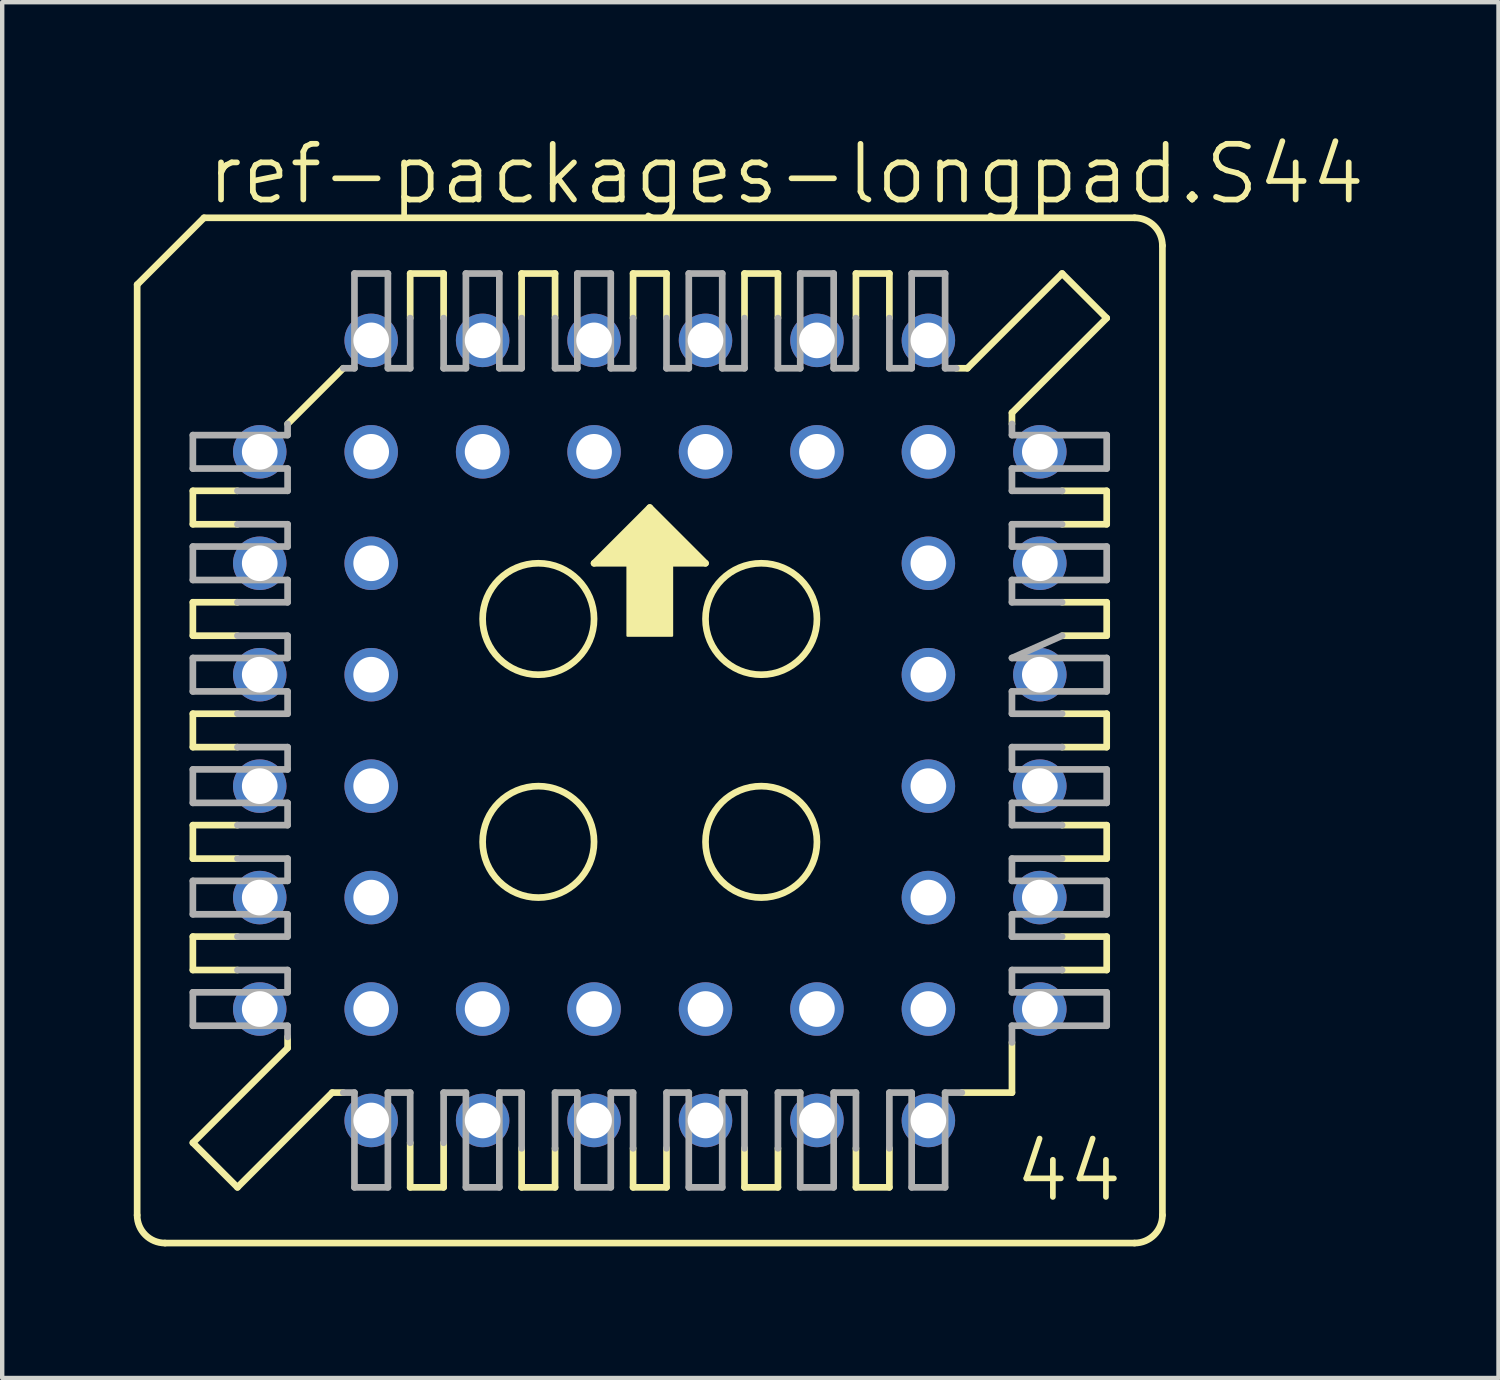
<source format=kicad_pcb>
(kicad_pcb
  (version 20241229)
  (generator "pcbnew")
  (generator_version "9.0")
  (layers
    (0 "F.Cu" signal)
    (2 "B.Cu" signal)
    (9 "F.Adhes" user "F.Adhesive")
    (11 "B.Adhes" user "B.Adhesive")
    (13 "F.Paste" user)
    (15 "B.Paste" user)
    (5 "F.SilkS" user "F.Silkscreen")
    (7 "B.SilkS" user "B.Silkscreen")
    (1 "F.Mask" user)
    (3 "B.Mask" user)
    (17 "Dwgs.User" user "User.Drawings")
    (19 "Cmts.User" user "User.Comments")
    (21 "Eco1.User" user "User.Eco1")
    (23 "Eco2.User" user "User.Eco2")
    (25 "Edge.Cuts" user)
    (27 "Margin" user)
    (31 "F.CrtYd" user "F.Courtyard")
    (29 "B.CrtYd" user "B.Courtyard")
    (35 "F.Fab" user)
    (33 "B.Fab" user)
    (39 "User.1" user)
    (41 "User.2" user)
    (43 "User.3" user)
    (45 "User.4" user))
  (footprint "ref-packages-longpad.S44"
    (layer "F.Cu")
    (at 11.76 13.598)
    (property "Reference" "ref-packages-longpad.S44" (at -10.16 -11.938 0) (layer "F.SilkS") (effects (font (size 1.27 1.27) (thickness 0.13)) (justify left bottom)))
    (attr through_hole)
    (fp_line (start -11.684 -10.16) (end -11.684 11.049) (stroke (width 0.152) (type default)) (layer "F.SilkS"))
    (fp_line (start -10.414 -5.461) (end -10.414 -4.699) (stroke (width 0.152) (type default)) (layer "F.SilkS"))
    (fp_line (start -10.414 -5.461) (end -9.398 -5.461) (stroke (width 0.152) (type default)) (layer "F.SilkS"))
    (fp_line (start -10.414 -2.921) (end -10.414 -2.159) (stroke (width 0.152) (type default)) (layer "F.SilkS"))
    (fp_line (start -10.414 -2.921) (end -9.398 -2.921) (stroke (width 0.152) (type default)) (layer "F.SilkS"))
    (fp_line (start -10.414 0.381) (end -10.414 -0.381) (stroke (width 0.152) (type default)) (layer "F.SilkS"))
    (fp_line (start -10.414 0.381) (end -9.398 0.381) (stroke (width 0.152) (type default)) (layer "F.SilkS"))
    (fp_line (start -10.414 2.921) (end -10.414 2.159) (stroke (width 0.152) (type default)) (layer "F.SilkS"))
    (fp_line (start -10.414 2.921) (end -9.398 2.921) (stroke (width 0.152) (type default)) (layer "F.SilkS"))
    (fp_line (start -10.414 5.461) (end -10.414 4.699) (stroke (width 0.152) (type default)) (layer "F.SilkS"))
    (fp_line (start -10.414 5.461) (end -9.398 5.461) (stroke (width 0.152) (type default)) (layer "F.SilkS"))
    (fp_line (start -10.414 9.398) (end -8.255 7.239) (stroke (width 0.152) (type default)) (layer "F.SilkS"))
    (fp_line (start -10.16 -11.684) (end -11.684 -10.16) (stroke (width 0.152) (type default)) (layer "F.SilkS"))
    (fp_line (start -9.398 -4.699) (end -10.414 -4.699) (stroke (width 0.152) (type default)) (layer "F.SilkS"))
    (fp_line (start -9.398 -2.159) (end -10.414 -2.159) (stroke (width 0.152) (type default)) (layer "F.SilkS"))
    (fp_line (start -9.398 -0.381) (end -10.414 -0.381) (stroke (width 0.152) (type default)) (layer "F.SilkS"))
    (fp_line (start -9.398 2.159) (end -10.414 2.159) (stroke (width 0.152) (type default)) (layer "F.SilkS"))
    (fp_line (start -9.398 4.699) (end -10.414 4.699) (stroke (width 0.152) (type default)) (layer "F.SilkS"))
    (fp_line (start -9.398 10.414) (end -10.414 9.398) (stroke (width 0.152) (type default)) (layer "F.SilkS"))
    (fp_line (start -9.398 10.414) (end -7.239 8.255) (stroke (width 0.152) (type default)) (layer "F.SilkS"))
    (fp_line (start -8.255 -6.985) (end -6.985 -8.255) (stroke (width 0.152) (type default)) (layer "F.SilkS"))
    (fp_line (start -8.255 7.239) (end -8.255 6.985) (stroke (width 0.152) (type default)) (layer "F.SilkS"))
    (fp_line (start -7.239 8.255) (end -6.985 8.255) (stroke (width 0.152) (type default)) (layer "F.SilkS"))
    (fp_line (start -5.461 -9.398) (end -5.461 -10.414) (stroke (width 0.152) (type default)) (layer "F.SilkS"))
    (fp_line (start -5.461 9.398) (end -5.461 10.414) (stroke (width 0.152) (type default)) (layer "F.SilkS"))
    (fp_line (start -5.461 10.414) (end -4.699 10.414) (stroke (width 0.152) (type default)) (layer "F.SilkS"))
    (fp_line (start -4.699 -10.414) (end -5.461 -10.414) (stroke (width 0.152) (type default)) (layer "F.SilkS"))
    (fp_line (start -4.699 -10.414) (end -4.699 -9.398) (stroke (width 0.152) (type default)) (layer "F.SilkS"))
    (fp_line (start -4.699 10.414) (end -4.699 9.398) (stroke (width 0.152) (type default)) (layer "F.SilkS"))
    (fp_line (start -2.921 -9.398) (end -2.921 -10.414) (stroke (width 0.152) (type default)) (layer "F.SilkS"))
    (fp_line (start -2.921 9.525) (end -2.921 10.414) (stroke (width 0.152) (type default)) (layer "F.SilkS"))
    (fp_line (start -2.921 10.414) (end -2.159 10.414) (stroke (width 0.152) (type default)) (layer "F.SilkS"))
    (fp_line (start -2.159 -10.414) (end -2.921 -10.414) (stroke (width 0.152) (type default)) (layer "F.SilkS"))
    (fp_line (start -2.159 -10.414) (end -2.159 -9.398) (stroke (width 0.152) (type default)) (layer "F.SilkS"))
    (fp_line (start -2.159 10.414) (end -2.159 9.525) (stroke (width 0.152) (type default)) (layer "F.SilkS"))
    (fp_line (start -1.27 -3.81) (end 1.27 -3.81) (stroke (width 0.152) (type default)) (layer "F.SilkS"))
    (fp_line (start -0.381 -9.398) (end -0.381 -10.414) (stroke (width 0.152) (type default)) (layer "F.SilkS"))
    (fp_line (start -0.381 9.525) (end -0.381 10.414) (stroke (width 0.152) (type default)) (layer "F.SilkS"))
    (fp_line (start -0.381 10.414) (end 0.381 10.414) (stroke (width 0.152) (type default)) (layer "F.SilkS"))
    (fp_line (start 0 -5.08) (end -1.27 -3.81) (stroke (width 0.152) (type default)) (layer "F.SilkS"))
    (fp_line (start 0.381 -10.414) (end -0.381 -10.414) (stroke (width 0.152) (type default)) (layer "F.SilkS"))
    (fp_line (start 0.381 -10.414) (end 0.381 -9.398) (stroke (width 0.152) (type default)) (layer "F.SilkS"))
    (fp_line (start 0.381 10.414) (end 0.381 9.525) (stroke (width 0.152) (type default)) (layer "F.SilkS"))
    (fp_line (start 1.27 -3.81) (end 0 -5.08) (stroke (width 0.152) (type default)) (layer "F.SilkS"))
    (fp_line (start 2.159 -9.398) (end 2.159 -10.414) (stroke (width 0.152) (type default)) (layer "F.SilkS"))
    (fp_line (start 2.159 9.525) (end 2.159 10.414) (stroke (width 0.152) (type default)) (layer "F.SilkS"))
    (fp_line (start 2.159 10.414) (end 2.921 10.414) (stroke (width 0.152) (type default)) (layer "F.SilkS"))
    (fp_line (start 2.921 -10.414) (end 2.159 -10.414) (stroke (width 0.152) (type default)) (layer "F.SilkS"))
    (fp_line (start 2.921 -10.414) (end 2.921 -9.398) (stroke (width 0.152) (type default)) (layer "F.SilkS"))
    (fp_line (start 2.921 10.414) (end 2.921 9.525) (stroke (width 0.152) (type default)) (layer "F.SilkS"))
    (fp_line (start 4.699 -9.398) (end 4.699 -10.414) (stroke (width 0.152) (type default)) (layer "F.SilkS"))
    (fp_line (start 4.699 9.525) (end 4.699 10.414) (stroke (width 0.152) (type default)) (layer "F.SilkS"))
    (fp_line (start 4.699 10.414) (end 5.461 10.414) (stroke (width 0.152) (type default)) (layer "F.SilkS"))
    (fp_line (start 5.461 -10.414) (end 4.699 -10.414) (stroke (width 0.152) (type default)) (layer "F.SilkS"))
    (fp_line (start 5.461 -10.414) (end 5.461 -9.398) (stroke (width 0.152) (type default)) (layer "F.SilkS"))
    (fp_line (start 5.461 10.414) (end 5.461 9.525) (stroke (width 0.152) (type default)) (layer "F.SilkS"))
    (fp_line (start 7.112 8.255) (end 8.255 8.255) (stroke (width 0.152) (type default)) (layer "F.SilkS"))
    (fp_line (start 7.239 -8.255) (end 6.985 -8.255) (stroke (width 0.152) (type default)) (layer "F.SilkS"))
    (fp_line (start 8.255 -7.239) (end 8.255 -6.985) (stroke (width 0.152) (type default)) (layer "F.SilkS"))
    (fp_line (start 8.255 8.255) (end 8.255 7.112) (stroke (width 0.152) (type default)) (layer "F.SilkS"))
    (fp_line (start 9.398 -10.414) (end 7.239 -8.255) (stroke (width 0.152) (type default)) (layer "F.SilkS"))
    (fp_line (start 9.398 -4.699) (end 10.414 -4.699) (stroke (width 0.152) (type default)) (layer "F.SilkS"))
    (fp_line (start 9.398 -2.159) (end 10.414 -2.159) (stroke (width 0.152) (type default)) (layer "F.SilkS"))
    (fp_line (start 9.398 0.381) (end 10.414 0.381) (stroke (width 0.152) (type default)) (layer "F.SilkS"))
    (fp_line (start 9.398 2.159) (end 10.414 2.159) (stroke (width 0.152) (type default)) (layer "F.SilkS"))
    (fp_line (start 9.398 4.699) (end 10.414 4.699) (stroke (width 0.152) (type default)) (layer "F.SilkS"))
    (fp_line (start 10.414 -9.398) (end 8.255 -7.239) (stroke (width 0.152) (type default)) (layer "F.SilkS"))
    (fp_line (start 10.414 -9.398) (end 9.398 -10.414) (stroke (width 0.152) (type default)) (layer "F.SilkS"))
    (fp_line (start 10.414 -5.461) (end 9.398 -5.461) (stroke (width 0.152) (type default)) (layer "F.SilkS"))
    (fp_line (start 10.414 -5.461) (end 10.414 -4.699) (stroke (width 0.152) (type default)) (layer "F.SilkS"))
    (fp_line (start 10.414 -2.921) (end 9.398 -2.921) (stroke (width 0.152) (type default)) (layer "F.SilkS"))
    (fp_line (start 10.414 -2.921) (end 10.414 -2.159) (stroke (width 0.152) (type default)) (layer "F.SilkS"))
    (fp_line (start 10.414 -0.381) (end 9.398 -0.381) (stroke (width 0.152) (type default)) (layer "F.SilkS"))
    (fp_line (start 10.414 -0.381) (end 10.414 0.381) (stroke (width 0.152) (type default)) (layer "F.SilkS"))
    (fp_line (start 10.414 2.921) (end 9.398 2.921) (stroke (width 0.152) (type default)) (layer "F.SilkS"))
    (fp_line (start 10.414 2.921) (end 10.414 2.159) (stroke (width 0.152) (type default)) (layer "F.SilkS"))
    (fp_line (start 10.414 5.461) (end 9.398 5.461) (stroke (width 0.152) (type default)) (layer "F.SilkS"))
    (fp_line (start 10.414 5.461) (end 10.414 4.699) (stroke (width 0.152) (type default)) (layer "F.SilkS"))
    (fp_line (start 11.049 -11.684) (end -10.16 -11.684) (stroke (width 0.152) (type default)) (layer "F.SilkS"))
    (fp_line (start 11.049 11.684) (end -11.049 11.684) (stroke (width 0.152) (type default)) (layer "F.SilkS"))
    (fp_line (start 11.684 -11.049) (end 11.684 11.049) (stroke (width 0.152) (type default)) (layer "F.SilkS"))
    (fp_rect (start -1.143 -3.81) (end -0.889 -3.937) (stroke (width 0.05) (type default)) (fill yes) (layer "F.SilkS"))
    (fp_rect (start -1.016 -3.937) (end -0.889 -4.064) (stroke (width 0.05) (type default)) (fill yes) (layer "F.SilkS"))
    (fp_rect (start -0.889 -3.81) (end 0.889 -4.191) (stroke (width 0.05) (type default)) (fill yes) (layer "F.SilkS"))
    (fp_rect (start -0.762 -4.191) (end -0.635 -4.318) (stroke (width 0.05) (type default)) (fill yes) (layer "F.SilkS"))
    (fp_rect (start -0.635 -4.191) (end 0.635 -4.445) (stroke (width 0.05) (type default)) (fill yes) (layer "F.SilkS"))
    (fp_rect (start -0.508 -4.445) (end -0.381 -4.572) (stroke (width 0.05) (type default)) (fill yes) (layer "F.SilkS"))
    (fp_rect (start -0.508 -2.159) (end 0.508 -4.064) (stroke (width 0.05) (type default)) (fill yes) (layer "F.SilkS"))
    (fp_rect (start -0.381 -4.445) (end 0.381 -4.699) (stroke (width 0.05) (type default)) (fill yes) (layer "F.SilkS"))
    (fp_rect (start -0.254 -4.699) (end -0.127 -4.826) (stroke (width 0.05) (type default)) (fill yes) (layer "F.SilkS"))
    (fp_rect (start -0.127 -4.699) (end 0.127 -4.953) (stroke (width 0.05) (type default)) (fill yes) (layer "F.SilkS"))
    (fp_rect (start 0.127 -4.699) (end 0.254 -4.826) (stroke (width 0.05) (type default)) (fill yes) (layer "F.SilkS"))
    (fp_rect (start 0.381 -4.445) (end 0.508 -4.572) (stroke (width 0.05) (type default)) (fill yes) (layer "F.SilkS"))
    (fp_rect (start 0.635 -4.191) (end 0.762 -4.318) (stroke (width 0.05) (type default)) (fill yes) (layer "F.SilkS"))
    (fp_rect (start 0.889 -3.937) (end 1.016 -4.064) (stroke (width 0.05) (type default)) (fill yes) (layer "F.SilkS"))
    (fp_rect (start 0.889 -3.81) (end 1.143 -3.937) (stroke (width 0.05) (type default)) (fill yes) (layer "F.SilkS"))
    (fp_arc (start -11.049 11.684) (mid -11.498013 11.498013) (end -11.684 11.049) (stroke (width 0.1524) (type default)) (layer "F.SilkS"))
    (fp_arc (start 11.049 -11.684) (mid 11.498013 -11.498013) (end 11.684 -11.049) (stroke (width 0.1524) (type default)) (layer "F.SilkS"))
    (fp_arc (start 11.684 11.049) (mid 11.498013 11.498013) (end 11.049 11.684) (stroke (width 0.1524) (type default)) (layer "F.SilkS"))
    (fp_circle (center -2.54 -2.54) (end -1.27 -2.54) (stroke (width 0.152) (type default)) (fill no) (layer "F.SilkS"))
    (fp_circle (center -2.54 2.54) (end -1.27 2.54) (stroke (width 0.152) (type default)) (fill no) (layer "F.SilkS"))
    (fp_circle (center 2.54 -2.54) (end 3.81 -2.54) (stroke (width 0.152) (type default)) (fill no) (layer "F.SilkS"))
    (fp_circle (center 2.54 2.54) (end 3.81 2.54) (stroke (width 0.152) (type default)) (fill no) (layer "F.SilkS"))
    (fp_line (start -10.414 -6.731) (end -10.414 -5.969) (stroke (width 0.152) (type default)) (layer "F.Fab"))
    (fp_line (start -10.414 -6.731) (end -8.255 -6.731) (stroke (width 0.152) (type default)) (layer "F.Fab"))
    (fp_line (start -10.414 -4.191) (end -10.414 -3.429) (stroke (width 0.152) (type default)) (layer "F.Fab"))
    (fp_line (start -10.414 -4.191) (end -8.255 -4.191) (stroke (width 0.152) (type default)) (layer "F.Fab"))
    (fp_line (start -10.414 -0.889) (end -10.414 -1.651) (stroke (width 0.152) (type default)) (layer "F.Fab"))
    (fp_line (start -10.414 -0.889) (end -8.255 -0.889) (stroke (width 0.152) (type default)) (layer "F.Fab"))
    (fp_line (start -10.414 1.651) (end -10.414 0.889) (stroke (width 0.152) (type default)) (layer "F.Fab"))
    (fp_line (start -10.414 1.651) (end -8.255 1.651) (stroke (width 0.152) (type default)) (layer "F.Fab"))
    (fp_line (start -10.414 4.191) (end -10.414 3.429) (stroke (width 0.152) (type default)) (layer "F.Fab"))
    (fp_line (start -10.414 4.191) (end -8.255 4.191) (stroke (width 0.152) (type default)) (layer "F.Fab"))
    (fp_line (start -10.414 6.731) (end -10.414 5.969) (stroke (width 0.152) (type default)) (layer "F.Fab"))
    (fp_line (start -10.414 6.731) (end -8.255 6.731) (stroke (width 0.152) (type default)) (layer "F.Fab"))
    (fp_line (start -9.398 -4.699) (end -8.255 -4.699) (stroke (width 0.152) (type default)) (layer "F.Fab"))
    (fp_line (start -9.398 -2.159) (end -8.255 -2.159) (stroke (width 0.152) (type default)) (layer "F.Fab"))
    (fp_line (start -9.398 -0.381) (end -8.255 -0.381) (stroke (width 0.152) (type default)) (layer "F.Fab"))
    (fp_line (start -9.398 2.159) (end -8.255 2.159) (stroke (width 0.152) (type default)) (layer "F.Fab"))
    (fp_line (start -9.398 4.699) (end -8.255 4.699) (stroke (width 0.152) (type default)) (layer "F.Fab"))
    (fp_line (start -8.255 -6.731) (end -8.255 -6.985) (stroke (width 0.152) (type default)) (layer "F.Fab"))
    (fp_line (start -8.255 -5.969) (end -10.414 -5.969) (stroke (width 0.152) (type default)) (layer "F.Fab"))
    (fp_line (start -8.255 -5.969) (end -8.255 -5.461) (stroke (width 0.152) (type default)) (layer "F.Fab"))
    (fp_line (start -8.255 -5.461) (end -9.398 -5.461) (stroke (width 0.152) (type default)) (layer "F.Fab"))
    (fp_line (start -8.255 -4.699) (end -8.255 -4.191) (stroke (width 0.152) (type default)) (layer "F.Fab"))
    (fp_line (start -8.255 -3.429) (end -10.414 -3.429) (stroke (width 0.152) (type default)) (layer "F.Fab"))
    (fp_line (start -8.255 -3.429) (end -8.255 -2.921) (stroke (width 0.152) (type default)) (layer "F.Fab"))
    (fp_line (start -8.255 -2.921) (end -9.398 -2.921) (stroke (width 0.152) (type default)) (layer "F.Fab"))
    (fp_line (start -8.255 -2.159) (end -8.255 -1.651) (stroke (width 0.152) (type default)) (layer "F.Fab"))
    (fp_line (start -8.255 -1.651) (end -10.414 -1.651) (stroke (width 0.152) (type default)) (layer "F.Fab"))
    (fp_line (start -8.255 -0.381) (end -8.255 -0.889) (stroke (width 0.152) (type default)) (layer "F.Fab"))
    (fp_line (start -8.255 0.381) (end -9.398 0.381) (stroke (width 0.152) (type default)) (layer "F.Fab"))
    (fp_line (start -8.255 0.889) (end -10.414 0.889) (stroke (width 0.152) (type default)) (layer "F.Fab"))
    (fp_line (start -8.255 0.889) (end -8.255 0.381) (stroke (width 0.152) (type default)) (layer "F.Fab"))
    (fp_line (start -8.255 2.159) (end -8.255 1.651) (stroke (width 0.152) (type default)) (layer "F.Fab"))
    (fp_line (start -8.255 2.921) (end -9.398 2.921) (stroke (width 0.152) (type default)) (layer "F.Fab"))
    (fp_line (start -8.255 3.429) (end -10.414 3.429) (stroke (width 0.152) (type default)) (layer "F.Fab"))
    (fp_line (start -8.255 3.429) (end -8.255 2.921) (stroke (width 0.152) (type default)) (layer "F.Fab"))
    (fp_line (start -8.255 4.699) (end -8.255 4.191) (stroke (width 0.152) (type default)) (layer "F.Fab"))
    (fp_line (start -8.255 5.461) (end -9.398 5.461) (stroke (width 0.152) (type default)) (layer "F.Fab"))
    (fp_line (start -8.255 5.969) (end -10.414 5.969) (stroke (width 0.152) (type default)) (layer "F.Fab"))
    (fp_line (start -8.255 5.969) (end -8.255 5.461) (stroke (width 0.152) (type default)) (layer "F.Fab"))
    (fp_line (start -8.255 6.985) (end -8.255 6.731) (stroke (width 0.152) (type default)) (layer "F.Fab"))
    (fp_line (start -6.985 -8.255) (end -6.731 -8.255) (stroke (width 0.152) (type default)) (layer "F.Fab"))
    (fp_line (start -6.731 -8.255) (end -6.731 -10.414) (stroke (width 0.152) (type default)) (layer "F.Fab"))
    (fp_line (start -6.731 8.255) (end -6.985 8.255) (stroke (width 0.152) (type default)) (layer "F.Fab"))
    (fp_line (start -6.731 10.414) (end -6.731 8.255) (stroke (width 0.152) (type default)) (layer "F.Fab"))
    (fp_line (start -6.731 10.414) (end -5.969 10.414) (stroke (width 0.152) (type default)) (layer "F.Fab"))
    (fp_line (start -5.969 -10.414) (end -6.731 -10.414) (stroke (width 0.152) (type default)) (layer "F.Fab"))
    (fp_line (start -5.969 -10.414) (end -5.969 -8.255) (stroke (width 0.152) (type default)) (layer "F.Fab"))
    (fp_line (start -5.969 8.255) (end -5.969 10.414) (stroke (width 0.152) (type default)) (layer "F.Fab"))
    (fp_line (start -5.461 -9.398) (end -5.461 -8.255) (stroke (width 0.152) (type default)) (layer "F.Fab"))
    (fp_line (start -5.461 -8.255) (end -5.969 -8.255) (stroke (width 0.152) (type default)) (layer "F.Fab"))
    (fp_line (start -5.461 8.255) (end -5.969 8.255) (stroke (width 0.152) (type default)) (layer "F.Fab"))
    (fp_line (start -5.461 9.398) (end -5.461 8.255) (stroke (width 0.152) (type default)) (layer "F.Fab"))
    (fp_line (start -4.699 -8.255) (end -4.699 -9.398) (stroke (width 0.152) (type default)) (layer "F.Fab"))
    (fp_line (start -4.699 8.255) (end -4.699 9.398) (stroke (width 0.152) (type default)) (layer "F.Fab"))
    (fp_line (start -4.699 8.255) (end -4.191 8.255) (stroke (width 0.152) (type default)) (layer "F.Fab"))
    (fp_line (start -4.191 -8.255) (end -4.699 -8.255) (stroke (width 0.152) (type default)) (layer "F.Fab"))
    (fp_line (start -4.191 -8.255) (end -4.191 -10.414) (stroke (width 0.152) (type default)) (layer "F.Fab"))
    (fp_line (start -4.191 10.414) (end -4.191 8.255) (stroke (width 0.152) (type default)) (layer "F.Fab"))
    (fp_line (start -4.191 10.414) (end -3.429 10.414) (stroke (width 0.152) (type default)) (layer "F.Fab"))
    (fp_line (start -3.429 -10.414) (end -4.191 -10.414) (stroke (width 0.152) (type default)) (layer "F.Fab"))
    (fp_line (start -3.429 -10.414) (end -3.429 -8.255) (stroke (width 0.152) (type default)) (layer "F.Fab"))
    (fp_line (start -3.429 8.255) (end -3.429 10.414) (stroke (width 0.152) (type default)) (layer "F.Fab"))
    (fp_line (start -3.429 8.255) (end -2.921 8.255) (stroke (width 0.152) (type default)) (layer "F.Fab"))
    (fp_line (start -2.921 -9.398) (end -2.921 -8.255) (stroke (width 0.152) (type default)) (layer "F.Fab"))
    (fp_line (start -2.921 -8.255) (end -3.429 -8.255) (stroke (width 0.152) (type default)) (layer "F.Fab"))
    (fp_line (start -2.921 9.525) (end -2.921 8.255) (stroke (width 0.152) (type default)) (layer "F.Fab"))
    (fp_line (start -2.159 -8.255) (end -2.159 -9.398) (stroke (width 0.152) (type default)) (layer "F.Fab"))
    (fp_line (start -2.159 8.255) (end -2.159 9.525) (stroke (width 0.152) (type default)) (layer "F.Fab"))
    (fp_line (start -2.159 8.255) (end -1.651 8.255) (stroke (width 0.152) (type default)) (layer "F.Fab"))
    (fp_line (start -1.651 -8.255) (end -2.159 -8.255) (stroke (width 0.152) (type default)) (layer "F.Fab"))
    (fp_line (start -1.651 -8.255) (end -1.651 -10.414) (stroke (width 0.152) (type default)) (layer "F.Fab"))
    (fp_line (start -1.651 10.414) (end -1.651 8.255) (stroke (width 0.152) (type default)) (layer "F.Fab"))
    (fp_line (start -1.651 10.414) (end -0.889 10.414) (stroke (width 0.152) (type default)) (layer "F.Fab"))
    (fp_line (start -0.889 -10.414) (end -1.651 -10.414) (stroke (width 0.152) (type default)) (layer "F.Fab"))
    (fp_line (start -0.889 -10.414) (end -0.889 -8.255) (stroke (width 0.152) (type default)) (layer "F.Fab"))
    (fp_line (start -0.889 8.255) (end -0.889 10.414) (stroke (width 0.152) (type default)) (layer "F.Fab"))
    (fp_line (start -0.889 8.255) (end -0.381 8.255) (stroke (width 0.152) (type default)) (layer "F.Fab"))
    (fp_line (start -0.381 -9.398) (end -0.381 -8.255) (stroke (width 0.152) (type default)) (layer "F.Fab"))
    (fp_line (start -0.381 -8.255) (end -0.889 -8.255) (stroke (width 0.152) (type default)) (layer "F.Fab"))
    (fp_line (start -0.381 9.525) (end -0.381 8.255) (stroke (width 0.152) (type default)) (layer "F.Fab"))
    (fp_line (start 0.381 -8.255) (end 0.381 -9.398) (stroke (width 0.152) (type default)) (layer "F.Fab"))
    (fp_line (start 0.381 8.255) (end 0.381 9.525) (stroke (width 0.152) (type default)) (layer "F.Fab"))
    (fp_line (start 0.381 8.255) (end 0.889 8.255) (stroke (width 0.152) (type default)) (layer "F.Fab"))
    (fp_line (start 0.889 -8.255) (end 0.381 -8.255) (stroke (width 0.152) (type default)) (layer "F.Fab"))
    (fp_line (start 0.889 -8.255) (end 0.889 -10.414) (stroke (width 0.152) (type default)) (layer "F.Fab"))
    (fp_line (start 0.889 10.414) (end 0.889 8.255) (stroke (width 0.152) (type default)) (layer "F.Fab"))
    (fp_line (start 0.889 10.414) (end 1.651 10.414) (stroke (width 0.152) (type default)) (layer "F.Fab"))
    (fp_line (start 1.651 -10.414) (end 0.889 -10.414) (stroke (width 0.152) (type default)) (layer "F.Fab"))
    (fp_line (start 1.651 -10.414) (end 1.651 -8.255) (stroke (width 0.152) (type default)) (layer "F.Fab"))
    (fp_line (start 1.651 8.255) (end 1.651 10.414) (stroke (width 0.152) (type default)) (layer "F.Fab"))
    (fp_line (start 1.651 8.255) (end 2.159 8.255) (stroke (width 0.152) (type default)) (layer "F.Fab"))
    (fp_line (start 2.159 -9.398) (end 2.159 -8.255) (stroke (width 0.152) (type default)) (layer "F.Fab"))
    (fp_line (start 2.159 -8.255) (end 1.651 -8.255) (stroke (width 0.152) (type default)) (layer "F.Fab"))
    (fp_line (start 2.159 9.525) (end 2.159 8.255) (stroke (width 0.152) (type default)) (layer "F.Fab"))
    (fp_line (start 2.921 -8.255) (end 2.921 -9.398) (stroke (width 0.152) (type default)) (layer "F.Fab"))
    (fp_line (start 2.921 8.255) (end 2.921 9.525) (stroke (width 0.152) (type default)) (layer "F.Fab"))
    (fp_line (start 2.921 8.255) (end 3.429 8.255) (stroke (width 0.152) (type default)) (layer "F.Fab"))
    (fp_line (start 3.429 -8.255) (end 2.921 -8.255) (stroke (width 0.152) (type default)) (layer "F.Fab"))
    (fp_line (start 3.429 -8.255) (end 3.429 -10.414) (stroke (width 0.152) (type default)) (layer "F.Fab"))
    (fp_line (start 3.429 10.414) (end 3.429 8.255) (stroke (width 0.152) (type default)) (layer "F.Fab"))
    (fp_line (start 3.429 10.414) (end 4.191 10.414) (stroke (width 0.152) (type default)) (layer "F.Fab"))
    (fp_line (start 4.191 -10.414) (end 3.429 -10.414) (stroke (width 0.152) (type default)) (layer "F.Fab"))
    (fp_line (start 4.191 -10.414) (end 4.191 -8.255) (stroke (width 0.152) (type default)) (layer "F.Fab"))
    (fp_line (start 4.191 8.255) (end 4.191 10.414) (stroke (width 0.152) (type default)) (layer "F.Fab"))
    (fp_line (start 4.191 8.255) (end 4.699 8.255) (stroke (width 0.152) (type default)) (layer "F.Fab"))
    (fp_line (start 4.699 -9.398) (end 4.699 -8.255) (stroke (width 0.152) (type default)) (layer "F.Fab"))
    (fp_line (start 4.699 -8.255) (end 4.191 -8.255) (stroke (width 0.152) (type default)) (layer "F.Fab"))
    (fp_line (start 4.699 9.525) (end 4.699 8.255) (stroke (width 0.152) (type default)) (layer "F.Fab"))
    (fp_line (start 5.461 -8.255) (end 5.461 -9.398) (stroke (width 0.152) (type default)) (layer "F.Fab"))
    (fp_line (start 5.461 8.255) (end 5.461 9.525) (stroke (width 0.152) (type default)) (layer "F.Fab"))
    (fp_line (start 5.461 8.255) (end 5.969 8.255) (stroke (width 0.152) (type default)) (layer "F.Fab"))
    (fp_line (start 5.969 -8.255) (end 5.461 -8.255) (stroke (width 0.152) (type default)) (layer "F.Fab"))
    (fp_line (start 5.969 -8.255) (end 5.969 -10.414) (stroke (width 0.152) (type default)) (layer "F.Fab"))
    (fp_line (start 5.969 10.414) (end 5.969 8.255) (stroke (width 0.152) (type default)) (layer "F.Fab"))
    (fp_line (start 5.969 10.414) (end 6.731 10.414) (stroke (width 0.152) (type default)) (layer "F.Fab"))
    (fp_line (start 6.731 -10.414) (end 5.969 -10.414) (stroke (width 0.152) (type default)) (layer "F.Fab"))
    (fp_line (start 6.731 -10.414) (end 6.731 -8.255) (stroke (width 0.152) (type default)) (layer "F.Fab"))
    (fp_line (start 6.731 -8.255) (end 6.985 -8.255) (stroke (width 0.152) (type default)) (layer "F.Fab"))
    (fp_line (start 6.731 8.255) (end 6.731 10.414) (stroke (width 0.152) (type default)) (layer "F.Fab"))
    (fp_line (start 7.112 8.255) (end 6.731 8.255) (stroke (width 0.152) (type default)) (layer "F.Fab"))
    (fp_line (start 8.255 -6.731) (end 8.255 -6.985) (stroke (width 0.152) (type default)) (layer "F.Fab"))
    (fp_line (start 8.255 -5.969) (end 8.255 -5.461) (stroke (width 0.152) (type default)) (layer "F.Fab"))
    (fp_line (start 8.255 -5.969) (end 10.414 -5.969) (stroke (width 0.152) (type default)) (layer "F.Fab"))
    (fp_line (start 8.255 -5.461) (end 9.398 -5.461) (stroke (width 0.152) (type default)) (layer "F.Fab"))
    (fp_line (start 8.255 -4.699) (end 8.255 -4.191) (stroke (width 0.152) (type default)) (layer "F.Fab"))
    (fp_line (start 8.255 -3.429) (end 8.255 -2.921) (stroke (width 0.152) (type default)) (layer "F.Fab"))
    (fp_line (start 8.255 -3.429) (end 10.414 -3.429) (stroke (width 0.152) (type default)) (layer "F.Fab"))
    (fp_line (start 8.255 -2.921) (end 9.398 -2.921) (stroke (width 0.152) (type default)) (layer "F.Fab"))
    (fp_line (start 8.255 -0.889) (end 8.255 -0.381) (stroke (width 0.152) (type default)) (layer "F.Fab"))
    (fp_line (start 8.255 -0.889) (end 10.414 -0.889) (stroke (width 0.152) (type default)) (layer "F.Fab"))
    (fp_line (start 8.255 -0.381) (end 9.398 -0.381) (stroke (width 0.152) (type default)) (layer "F.Fab"))
    (fp_line (start 8.255 0.381) (end 8.255 0.889) (stroke (width 0.152) (type default)) (layer "F.Fab"))
    (fp_line (start 8.255 1.651) (end 8.255 2.159) (stroke (width 0.152) (type default)) (layer "F.Fab"))
    (fp_line (start 8.255 1.651) (end 10.414 1.651) (stroke (width 0.152) (type default)) (layer "F.Fab"))
    (fp_line (start 8.255 2.159) (end 9.398 2.159) (stroke (width 0.152) (type default)) (layer "F.Fab"))
    (fp_line (start 8.255 2.921) (end 9.398 2.921) (stroke (width 0.152) (type default)) (layer "F.Fab"))
    (fp_line (start 8.255 3.429) (end 8.255 2.921) (stroke (width 0.152) (type default)) (layer "F.Fab"))
    (fp_line (start 8.255 3.429) (end 10.414 3.429) (stroke (width 0.152) (type default)) (layer "F.Fab"))
    (fp_line (start 8.255 4.699) (end 8.255 4.191) (stroke (width 0.152) (type default)) (layer "F.Fab"))
    (fp_line (start 8.255 5.461) (end 9.398 5.461) (stroke (width 0.152) (type default)) (layer "F.Fab"))
    (fp_line (start 8.255 5.969) (end 8.255 5.461) (stroke (width 0.152) (type default)) (layer "F.Fab"))
    (fp_line (start 8.255 5.969) (end 10.414 5.969) (stroke (width 0.152) (type default)) (layer "F.Fab"))
    (fp_line (start 8.255 6.731) (end 8.255 7.112) (stroke (width 0.152) (type default)) (layer "F.Fab"))
    (fp_line (start 9.398 -4.699) (end 8.255 -4.699) (stroke (width 0.152) (type default)) (layer "F.Fab"))
    (fp_line (start 9.398 -2.159) (end 8.255 -1.651) (stroke (width 0.152) (type default)) (layer "F.Fab"))
    (fp_line (start 9.398 0.381) (end 8.255 0.381) (stroke (width 0.152) (type default)) (layer "F.Fab"))
    (fp_line (start 9.398 4.699) (end 8.255 4.699) (stroke (width 0.152) (type default)) (layer "F.Fab"))
    (fp_line (start 10.414 -6.731) (end 8.255 -6.731) (stroke (width 0.152) (type default)) (layer "F.Fab"))
    (fp_line (start 10.414 -6.731) (end 10.414 -5.969) (stroke (width 0.152) (type default)) (layer "F.Fab"))
    (fp_line (start 10.414 -4.191) (end 8.255 -4.191) (stroke (width 0.152) (type default)) (layer "F.Fab"))
    (fp_line (start 10.414 -4.191) (end 10.414 -3.429) (stroke (width 0.152) (type default)) (layer "F.Fab"))
    (fp_line (start 10.414 -1.651) (end 8.255 -1.651) (stroke (width 0.152) (type default)) (layer "F.Fab"))
    (fp_line (start 10.414 -1.651) (end 10.414 -0.889) (stroke (width 0.152) (type default)) (layer "F.Fab"))
    (fp_line (start 10.414 0.889) (end 8.255 0.889) (stroke (width 0.152) (type default)) (layer "F.Fab"))
    (fp_line (start 10.414 0.889) (end 10.414 1.651) (stroke (width 0.152) (type default)) (layer "F.Fab"))
    (fp_line (start 10.414 4.191) (end 8.255 4.191) (stroke (width 0.152) (type default)) (layer "F.Fab"))
    (fp_line (start 10.414 4.191) (end 10.414 3.429) (stroke (width 0.152) (type default)) (layer "F.Fab"))
    (fp_line (start 10.414 6.731) (end 8.255 6.731) (stroke (width 0.152) (type default)) (layer "F.Fab"))
    (fp_line (start 10.414 6.731) (end 10.414 5.969) (stroke (width 0.152) (type default)) (layer "F.Fab"))
    (fp_text user "44" (at 8.255 10.795 0) (layer "F.SilkS") (effects (font (size 1.27 1.27) (thickness 0.13)) (justify left bottom)))
    (pad "1" thru_hole circle (at 1.27 -6.35) (size 1.219 1.219) (drill 0.813) (layers "*.Cu" "*.Mask"))
    (pad "2" thru_hole circle (at -1.27 -8.89) (size 1.219 1.219) (drill 0.813) (layers "*.Cu" "*.Mask"))
    (pad "3" thru_hole circle (at -1.27 -6.35) (size 1.219 1.219) (drill 0.813) (layers "*.Cu" "*.Mask"))
    (pad "4" thru_hole circle (at -3.81 -8.89) (size 1.219 1.219) (drill 0.813) (layers "*.Cu" "*.Mask"))
    (pad "5" thru_hole circle (at -3.81 -6.35) (size 1.219 1.219) (drill 0.813) (layers "*.Cu" "*.Mask"))
    (pad "6" thru_hole circle (at -6.35 -8.89) (size 1.219 1.219) (drill 0.813) (layers "*.Cu" "*.Mask"))
    (pad "7" thru_hole circle (at -8.89 -6.35) (size 1.219 1.219) (drill 0.813) (layers "*.Cu" "*.Mask"))
    (pad "8" thru_hole circle (at -6.35 -6.35) (size 1.219 1.219) (drill 0.813) (layers "*.Cu" "*.Mask"))
    (pad "9" thru_hole circle (at -8.89 -3.81) (size 1.219 1.219) (drill 0.813) (layers "*.Cu" "*.Mask"))
    (pad "10" thru_hole circle (at -6.35 -3.81) (size 1.219 1.219) (drill 0.813) (layers "*.Cu" "*.Mask"))
    (pad "11" thru_hole circle (at -8.89 -1.27) (size 1.219 1.219) (drill 0.813) (layers "*.Cu" "*.Mask"))
    (pad "12" thru_hole circle (at -6.35 -1.27) (size 1.219 1.219) (drill 0.813) (layers "*.Cu" "*.Mask"))
    (pad "13" thru_hole circle (at -8.89 1.27) (size 1.219 1.219) (drill 0.813) (layers "*.Cu" "*.Mask"))
    (pad "14" thru_hole circle (at -6.35 1.27) (size 1.219 1.219) (drill 0.813) (layers "*.Cu" "*.Mask"))
    (pad "15" thru_hole circle (at -8.89 3.81) (size 1.219 1.219) (drill 0.813) (layers "*.Cu" "*.Mask"))
    (pad "16" thru_hole circle (at -6.35 3.81) (size 1.219 1.219) (drill 0.813) (layers "*.Cu" "*.Mask"))
    (pad "17" thru_hole circle (at -8.89 6.35) (size 1.219 1.219) (drill 0.813) (layers "*.Cu" "*.Mask"))
    (pad "18" thru_hole circle (at -6.35 8.89) (size 1.219 1.219) (drill 0.813) (layers "*.Cu" "*.Mask"))
    (pad "19" thru_hole circle (at -6.35 6.35) (size 1.219 1.219) (drill 0.813) (layers "*.Cu" "*.Mask"))
    (pad "20" thru_hole circle (at -3.81 8.89) (size 1.219 1.219) (drill 0.813) (layers "*.Cu" "*.Mask"))
    (pad "21" thru_hole circle (at -3.81 6.35) (size 1.219 1.219) (drill 0.813) (layers "*.Cu" "*.Mask"))
    (pad "22" thru_hole circle (at -1.27 8.89) (size 1.219 1.219) (drill 0.813) (layers "*.Cu" "*.Mask"))
    (pad "23" thru_hole circle (at -1.27 6.35) (size 1.219 1.219) (drill 0.813) (layers "*.Cu" "*.Mask"))
    (pad "24" thru_hole circle (at 1.27 8.89) (size 1.219 1.219) (drill 0.813) (layers "*.Cu" "*.Mask"))
    (pad "25" thru_hole circle (at 1.27 6.35) (size 1.219 1.219) (drill 0.813) (layers "*.Cu" "*.Mask"))
    (pad "26" thru_hole circle (at 3.81 8.89) (size 1.219 1.219) (drill 0.813) (layers "*.Cu" "*.Mask"))
    (pad "27" thru_hole circle (at 3.81 6.35) (size 1.219 1.219) (drill 0.813) (layers "*.Cu" "*.Mask"))
    (pad "28" thru_hole circle (at 6.35 8.89) (size 1.219 1.219) (drill 0.813) (layers "*.Cu" "*.Mask"))
    (pad "29" thru_hole circle (at 8.89 6.35) (size 1.219 1.219) (drill 0.813) (layers "*.Cu" "*.Mask"))
    (pad "30" thru_hole circle (at 6.35 6.35) (size 1.219 1.219) (drill 0.813) (layers "*.Cu" "*.Mask"))
    (pad "31" thru_hole circle (at 8.89 3.81) (size 1.219 1.219) (drill 0.813) (layers "*.Cu" "*.Mask"))
    (pad "32" thru_hole circle (at 6.35 3.81) (size 1.219 1.219) (drill 0.813) (layers "*.Cu" "*.Mask"))
    (pad "33" thru_hole circle (at 8.89 1.27) (size 1.219 1.219) (drill 0.813) (layers "*.Cu" "*.Mask"))
    (pad "34" thru_hole circle (at 6.35 1.27) (size 1.219 1.219) (drill 0.813) (layers "*.Cu" "*.Mask"))
    (pad "35" thru_hole circle (at 8.89 -1.27) (size 1.219 1.219) (drill 0.813) (layers "*.Cu" "*.Mask"))
    (pad "36" thru_hole circle (at 6.35 -1.27) (size 1.219 1.219) (drill 0.813) (layers "*.Cu" "*.Mask"))
    (pad "37" thru_hole circle (at 8.89 -3.81) (size 1.219 1.219) (drill 0.813) (layers "*.Cu" "*.Mask"))
    (pad "38" thru_hole circle (at 6.35 -3.81) (size 1.219 1.219) (drill 0.813) (layers "*.Cu" "*.Mask"))
    (pad "39" thru_hole circle (at 8.89 -6.35) (size 1.219 1.219) (drill 0.813) (layers "*.Cu" "*.Mask"))
    (pad "40" thru_hole circle (at 6.35 -8.89) (size 1.219 1.219) (drill 0.813) (layers "*.Cu" "*.Mask"))
    (pad "41" thru_hole circle (at 6.35 -6.35) (size 1.219 1.219) (drill 0.813) (layers "*.Cu" "*.Mask"))
    (pad "42" thru_hole circle (at 3.81 -8.89) (size 1.219 1.219) (drill 0.813) (layers "*.Cu" "*.Mask"))
    (pad "43" thru_hole circle (at 3.81 -6.35) (size 1.219 1.219) (drill 0.813) (layers "*.Cu" "*.Mask"))
    (pad "44" thru_hole circle (at 1.27 -8.89) (size 1.219 1.219) (drill 0.813) (layers "*.Cu" "*.Mask")))
  (gr_rect
    (start -3 -3)
    (end 31.104 28.358)
    (stroke (width 0.1) (type default))
    (fill no)
    (layer "Edge.Cuts")))
</source>
